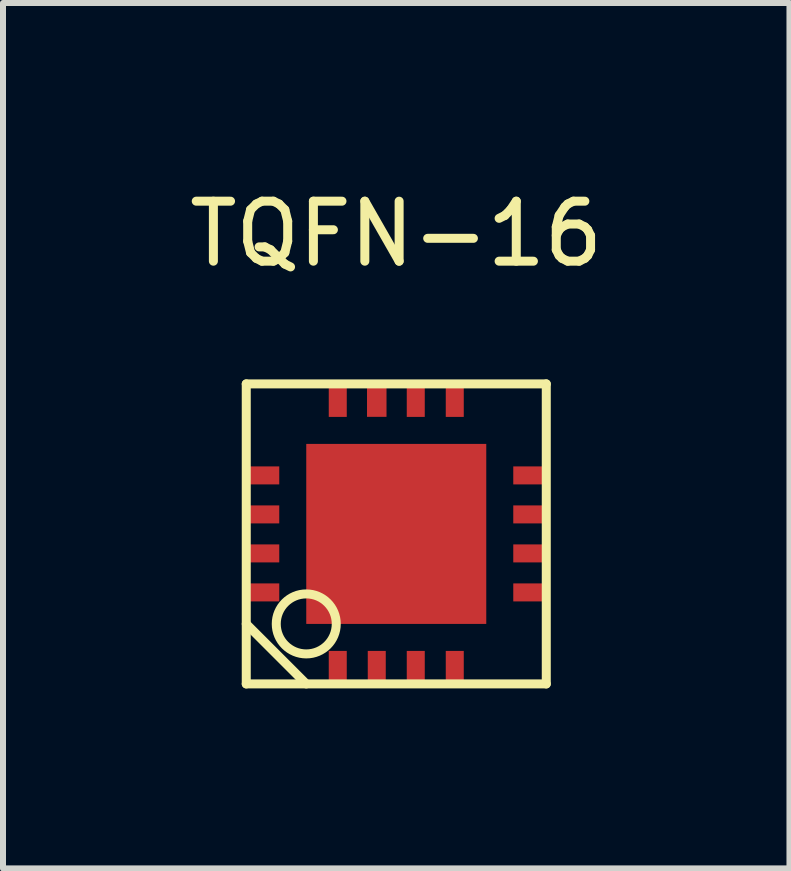
<source format=kicad_pcb>
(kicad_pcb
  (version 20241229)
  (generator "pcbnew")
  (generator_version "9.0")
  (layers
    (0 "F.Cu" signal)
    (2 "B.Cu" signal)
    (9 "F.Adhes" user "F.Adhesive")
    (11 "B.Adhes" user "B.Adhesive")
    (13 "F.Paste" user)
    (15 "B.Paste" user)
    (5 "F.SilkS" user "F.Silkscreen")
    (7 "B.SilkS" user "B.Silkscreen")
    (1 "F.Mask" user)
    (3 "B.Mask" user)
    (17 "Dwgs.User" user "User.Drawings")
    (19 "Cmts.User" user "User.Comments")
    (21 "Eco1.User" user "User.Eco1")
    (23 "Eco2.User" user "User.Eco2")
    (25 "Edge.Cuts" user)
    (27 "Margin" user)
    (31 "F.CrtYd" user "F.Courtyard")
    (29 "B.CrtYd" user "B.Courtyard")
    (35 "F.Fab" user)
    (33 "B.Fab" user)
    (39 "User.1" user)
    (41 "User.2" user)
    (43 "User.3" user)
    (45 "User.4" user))
  (footprint "TQFN-16"
    (layer "F.Cu")
    (at 3.554 5.848)
    (property "Reference" "TQFN-16" (at 0 -5 0) (layer "F.SilkS") (effects (font (size 1 1) (thickness 0.15))))
    (attr through_hole)
    (fp_line (start -2.5 -2.5) (end 2.5 -2.5) (stroke (width 0.15) (type solid)) (layer "F.SilkS"))
    (fp_line (start -2.5 1.5) (end -1.5 2.5) (stroke (width 0.15) (type solid)) (layer "F.SilkS"))
    (fp_line (start -2.5 2.5) (end -2.5 -2.5) (stroke (width 0.15) (type solid)) (layer "F.SilkS"))
    (fp_line (start 2.5 -2.5) (end 2.5 2.5) (stroke (width 0.15) (type solid)) (layer "F.SilkS"))
    (fp_line (start 2.5 2.5) (end -2.5 2.5) (stroke (width 0.15) (type solid)) (layer "F.SilkS"))
    (fp_circle (center -1.5 1.5) (end -1.5 2) (stroke (width 0.15) (type solid)) (fill no) (layer "F.SilkS"))
    (pad "1" smd rect (at -0.975 2.225) (size 0.3 0.55) (layers "F.Cu" "F.Mask" "F.Paste"))
    (pad "2" smd rect (at -0.325 2.225) (size 0.3 0.55) (layers "F.Cu" "F.Mask" "F.Paste"))
    (pad "3" smd rect (at 0.325 2.225) (size 0.3 0.55) (layers "F.Cu" "F.Mask" "F.Paste"))
    (pad "4" smd rect (at 0.975 2.225) (size 0.3 0.55) (layers "F.Cu" "F.Mask" "F.Paste"))
    (pad "5" smd rect (at 2.225 0.975 270) (size 0.3 0.55) (layers "F.Cu" "F.Mask" "F.Paste"))
    (pad "6" smd rect (at 2.225 0.325 90) (size 0.3 0.55) (layers "F.Cu" "F.Mask" "F.Paste"))
    (pad "7" smd rect (at 2.225 -0.325 90) (size 0.3 0.55) (layers "F.Cu" "F.Mask" "F.Paste"))
    (pad "8" smd rect (at 2.225 -0.975 90) (size 0.3 0.55) (layers "F.Cu" "F.Mask" "F.Paste"))
    (pad "9" smd rect (at 0.975 -2.225 180) (size 0.3 0.55) (layers "F.Cu" "F.Mask" "F.Paste"))
    (pad "10" smd rect (at 0.325 -2.225 180) (size 0.3 0.55) (layers "F.Cu" "F.Mask" "F.Paste"))
    (pad "11" smd rect (at -0.325 -2.226 180) (size 0.325 0.55) (layers "F.Cu" "F.Mask" "F.Paste"))
    (pad "12" smd rect (at -0.975 -2.225 180) (size 0.3 0.55) (layers "F.Cu" "F.Mask" "F.Paste"))
    (pad "13" smd rect (at -2.225 -0.975 90) (size 0.3 0.55) (layers "F.Cu" "F.Mask" "F.Paste"))
    (pad "14" smd rect (at -2.225 -0.325 90) (size 0.3 0.55) (layers "F.Cu" "F.Mask" "F.Paste"))
    (pad "15" smd rect (at -2.225 0.325 90) (size 0.3 0.55) (layers "F.Cu" "F.Mask" "F.Paste"))
    (pad "16" smd rect (at -2.225 0.975 90) (size 0.3 0.55) (layers "F.Cu" "F.Mask" "F.Paste"))
    (pad "17" smd rect (at 0 0 90) (size 3 3) (layers "F.Cu" "F.Mask" "F.Paste")))
  (gr_rect
    (start -3 -3)
    (end 10.107 11.423)
    (stroke (width 0.1) (type default))
    (fill no)
    (layer "Edge.Cuts")))
</source>
